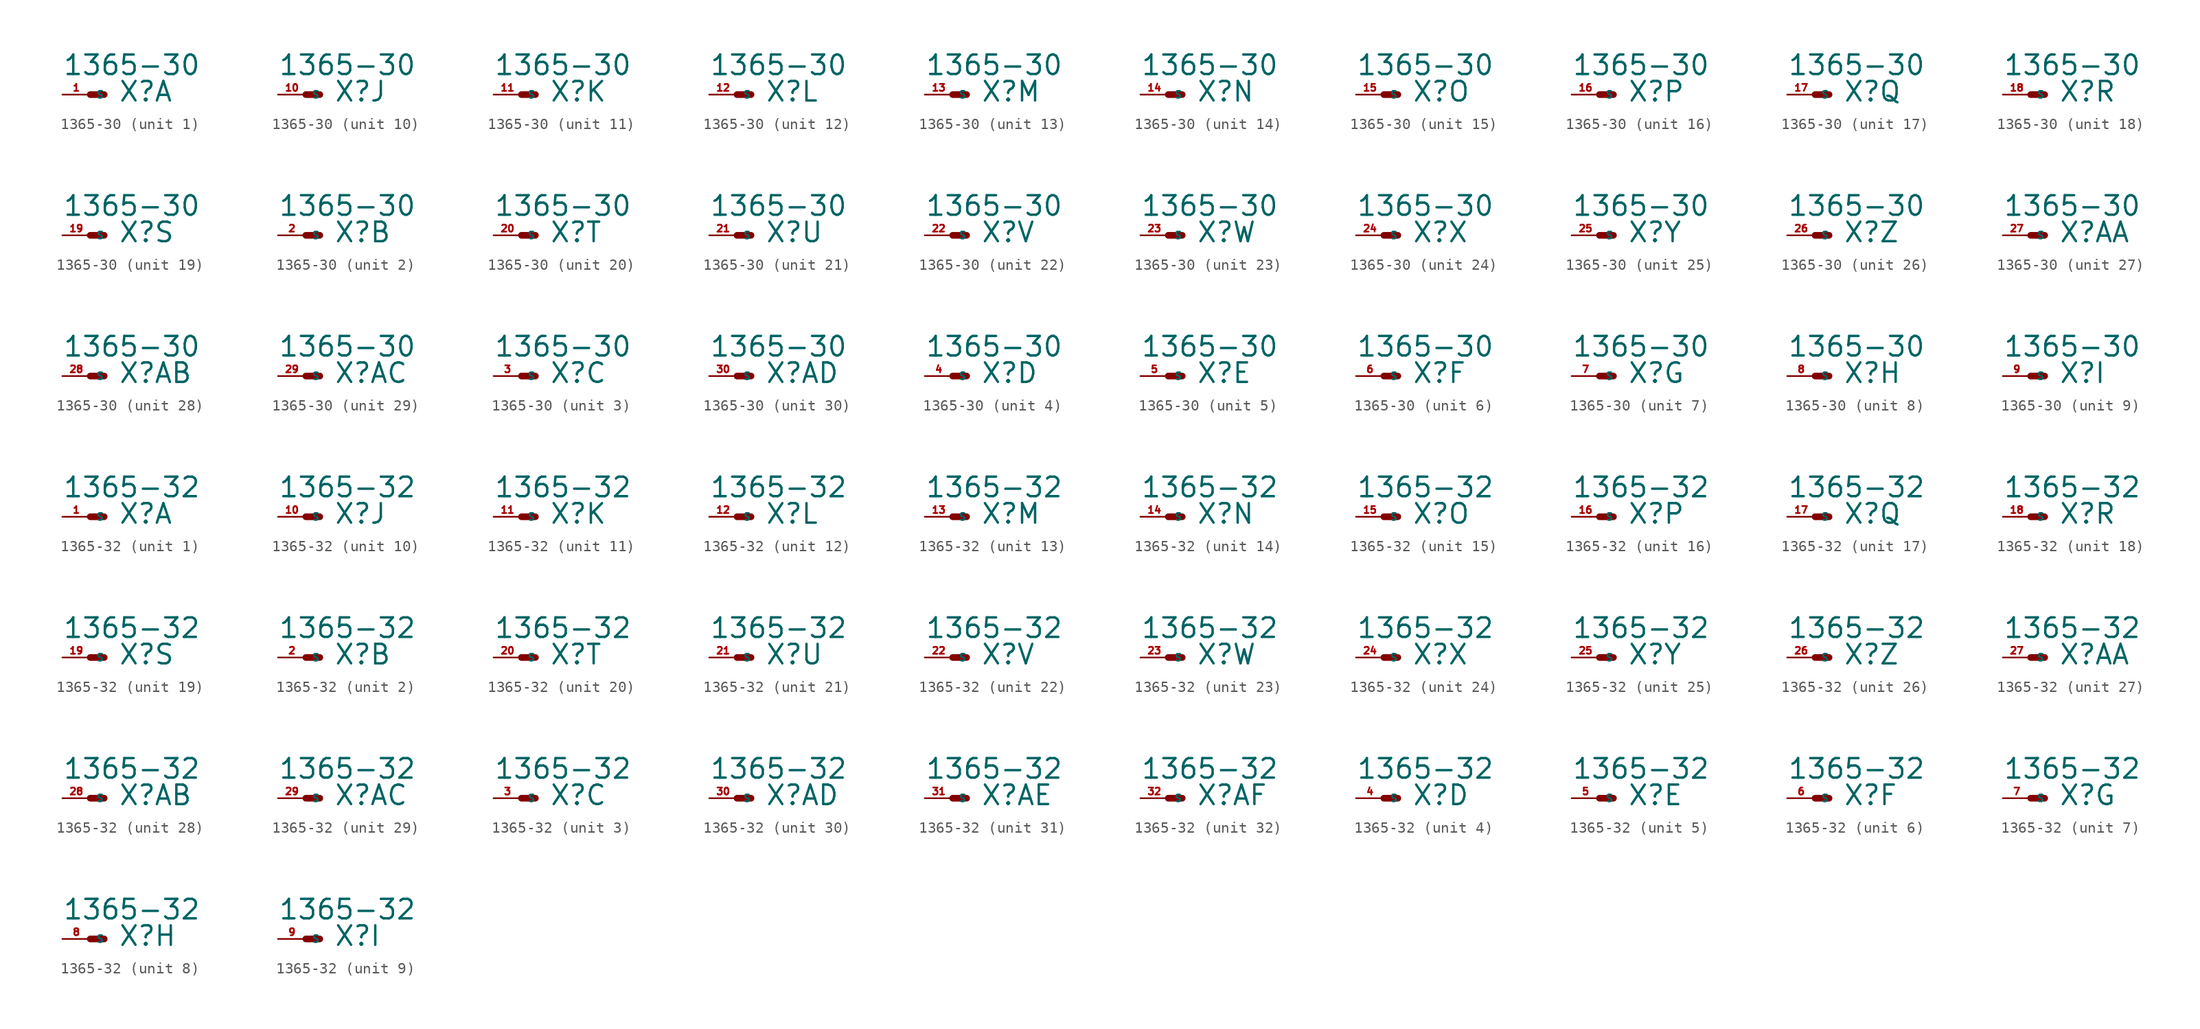
<source format=kicad_sym>
(kicad_symbol_lib
  (version 20220914)
  (generator Eagle2Kicad)
  (symbol "1365-30"
    (property "Reference" "X"
      (at 2.54 -0.762 0)
      (effects (font (size 1.778 1.778) (thickness 0.22)) (justify left bottom)))
    (property "Value" "1365-30"
      (at -2.54 1.651 0)
      (effects (font (size 1.778 1.778) (thickness 0.22)) (justify left bottom)))
    (symbol "1365-30_1_0"
      (polyline (pts (xy 0 0) (xy 1.27 0)) (stroke (width 0.61) (type default)) (fill (type none)))
      (pin passive line (at -2.54 0 0) (length 2.54) (name "S" (effects (font (size 0.635 0.635) (thickness 0.08)) (justify left bottom))) (number "1" (effects (font (size 0.635 0.635) (thickness 0.08)) (justify left bottom)))))
    (symbol "1365-30_2_0"
      (polyline (pts (xy 0 0) (xy 1.27 0)) (stroke (width 0.61) (type default)) (fill (type none)))
      (pin passive line (at -2.54 0 0) (length 2.54) (name "S" (effects (font (size 0.635 0.635) (thickness 0.08)) (justify left bottom))) (number "2" (effects (font (size 0.635 0.635) (thickness 0.08)) (justify left bottom)))))
    (symbol "1365-30_3_0"
      (polyline (pts (xy 0 0) (xy 1.27 0)) (stroke (width 0.61) (type default)) (fill (type none)))
      (pin passive line (at -2.54 0 0) (length 2.54) (name "S" (effects (font (size 0.635 0.635) (thickness 0.08)) (justify left bottom))) (number "3" (effects (font (size 0.635 0.635) (thickness 0.08)) (justify left bottom)))))
    (symbol "1365-30_4_0"
      (polyline (pts (xy 0 0) (xy 1.27 0)) (stroke (width 0.61) (type default)) (fill (type none)))
      (pin passive line (at -2.54 0 0) (length 2.54) (name "S" (effects (font (size 0.635 0.635) (thickness 0.08)) (justify left bottom))) (number "4" (effects (font (size 0.635 0.635) (thickness 0.08)) (justify left bottom)))))
    (symbol "1365-30_5_0"
      (polyline (pts (xy 0 0) (xy 1.27 0)) (stroke (width 0.61) (type default)) (fill (type none)))
      (pin passive line (at -2.54 0 0) (length 2.54) (name "S" (effects (font (size 0.635 0.635) (thickness 0.08)) (justify left bottom))) (number "5" (effects (font (size 0.635 0.635) (thickness 0.08)) (justify left bottom)))))
    (symbol "1365-30_6_0"
      (polyline (pts (xy 0 0) (xy 1.27 0)) (stroke (width 0.61) (type default)) (fill (type none)))
      (pin passive line (at -2.54 0 0) (length 2.54) (name "S" (effects (font (size 0.635 0.635) (thickness 0.08)) (justify left bottom))) (number "6" (effects (font (size 0.635 0.635) (thickness 0.08)) (justify left bottom)))))
    (symbol "1365-30_7_0"
      (polyline (pts (xy 0 0) (xy 1.27 0)) (stroke (width 0.61) (type default)) (fill (type none)))
      (pin passive line (at -2.54 0 0) (length 2.54) (name "S" (effects (font (size 0.635 0.635) (thickness 0.08)) (justify left bottom))) (number "7" (effects (font (size 0.635 0.635) (thickness 0.08)) (justify left bottom)))))
    (symbol "1365-30_8_0"
      (polyline (pts (xy 0 0) (xy 1.27 0)) (stroke (width 0.61) (type default)) (fill (type none)))
      (pin passive line (at -2.54 0 0) (length 2.54) (name "S" (effects (font (size 0.635 0.635) (thickness 0.08)) (justify left bottom))) (number "8" (effects (font (size 0.635 0.635) (thickness 0.08)) (justify left bottom)))))
    (symbol "1365-30_9_0"
      (polyline (pts (xy 0 0) (xy 1.27 0)) (stroke (width 0.61) (type default)) (fill (type none)))
      (pin passive line (at -2.54 0 0) (length 2.54) (name "S" (effects (font (size 0.635 0.635) (thickness 0.08)) (justify left bottom))) (number "9" (effects (font (size 0.635 0.635) (thickness 0.08)) (justify left bottom)))))
    (symbol "1365-30_10_0"
      (polyline (pts (xy 0 0) (xy 1.27 0)) (stroke (width 0.61) (type default)) (fill (type none)))
      (pin passive line (at -2.54 0 0) (length 2.54) (name "S" (effects (font (size 0.635 0.635) (thickness 0.08)) (justify left bottom))) (number "10" (effects (font (size 0.635 0.635) (thickness 0.08)) (justify left bottom)))))
    (symbol "1365-30_11_0"
      (polyline (pts (xy 0 0) (xy 1.27 0)) (stroke (width 0.61) (type default)) (fill (type none)))
      (pin passive line (at -2.54 0 0) (length 2.54) (name "S" (effects (font (size 0.635 0.635) (thickness 0.08)) (justify left bottom))) (number "11" (effects (font (size 0.635 0.635) (thickness 0.08)) (justify left bottom)))))
    (symbol "1365-30_12_0"
      (polyline (pts (xy 0 0) (xy 1.27 0)) (stroke (width 0.61) (type default)) (fill (type none)))
      (pin passive line (at -2.54 0 0) (length 2.54) (name "S" (effects (font (size 0.635 0.635) (thickness 0.08)) (justify left bottom))) (number "12" (effects (font (size 0.635 0.635) (thickness 0.08)) (justify left bottom)))))
    (symbol "1365-30_13_0"
      (polyline (pts (xy 0 0) (xy 1.27 0)) (stroke (width 0.61) (type default)) (fill (type none)))
      (pin passive line (at -2.54 0 0) (length 2.54) (name "S" (effects (font (size 0.635 0.635) (thickness 0.08)) (justify left bottom))) (number "13" (effects (font (size 0.635 0.635) (thickness 0.08)) (justify left bottom)))))
    (symbol "1365-30_14_0"
      (polyline (pts (xy 0 0) (xy 1.27 0)) (stroke (width 0.61) (type default)) (fill (type none)))
      (pin passive line (at -2.54 0 0) (length 2.54) (name "S" (effects (font (size 0.635 0.635) (thickness 0.08)) (justify left bottom))) (number "14" (effects (font (size 0.635 0.635) (thickness 0.08)) (justify left bottom)))))
    (symbol "1365-30_15_0"
      (polyline (pts (xy 0 0) (xy 1.27 0)) (stroke (width 0.61) (type default)) (fill (type none)))
      (pin passive line (at -2.54 0 0) (length 2.54) (name "S" (effects (font (size 0.635 0.635) (thickness 0.08)) (justify left bottom))) (number "15" (effects (font (size 0.635 0.635) (thickness 0.08)) (justify left bottom)))))
    (symbol "1365-30_16_0"
      (polyline (pts (xy 0 0) (xy 1.27 0)) (stroke (width 0.61) (type default)) (fill (type none)))
      (pin passive line (at -2.54 0 0) (length 2.54) (name "S" (effects (font (size 0.635 0.635) (thickness 0.08)) (justify left bottom))) (number "16" (effects (font (size 0.635 0.635) (thickness 0.08)) (justify left bottom)))))
    (symbol "1365-30_17_0"
      (polyline (pts (xy 0 0) (xy 1.27 0)) (stroke (width 0.61) (type default)) (fill (type none)))
      (pin passive line (at -2.54 0 0) (length 2.54) (name "S" (effects (font (size 0.635 0.635) (thickness 0.08)) (justify left bottom))) (number "17" (effects (font (size 0.635 0.635) (thickness 0.08)) (justify left bottom)))))
    (symbol "1365-30_18_0"
      (polyline (pts (xy 0 0) (xy 1.27 0)) (stroke (width 0.61) (type default)) (fill (type none)))
      (pin passive line (at -2.54 0 0) (length 2.54) (name "S" (effects (font (size 0.635 0.635) (thickness 0.08)) (justify left bottom))) (number "18" (effects (font (size 0.635 0.635) (thickness 0.08)) (justify left bottom)))))
    (symbol "1365-30_19_0"
      (polyline (pts (xy 0 0) (xy 1.27 0)) (stroke (width 0.61) (type default)) (fill (type none)))
      (pin passive line (at -2.54 0 0) (length 2.54) (name "S" (effects (font (size 0.635 0.635) (thickness 0.08)) (justify left bottom))) (number "19" (effects (font (size 0.635 0.635) (thickness 0.08)) (justify left bottom)))))
    (symbol "1365-30_20_0"
      (polyline (pts (xy 0 0) (xy 1.27 0)) (stroke (width 0.61) (type default)) (fill (type none)))
      (pin passive line (at -2.54 0 0) (length 2.54) (name "S" (effects (font (size 0.635 0.635) (thickness 0.08)) (justify left bottom))) (number "20" (effects (font (size 0.635 0.635) (thickness 0.08)) (justify left bottom)))))
    (symbol "1365-30_21_0"
      (polyline (pts (xy 0 0) (xy 1.27 0)) (stroke (width 0.61) (type default)) (fill (type none)))
      (pin passive line (at -2.54 0 0) (length 2.54) (name "S" (effects (font (size 0.635 0.635) (thickness 0.08)) (justify left bottom))) (number "21" (effects (font (size 0.635 0.635) (thickness 0.08)) (justify left bottom)))))
    (symbol "1365-30_22_0"
      (polyline (pts (xy 0 0) (xy 1.27 0)) (stroke (width 0.61) (type default)) (fill (type none)))
      (pin passive line (at -2.54 0 0) (length 2.54) (name "S" (effects (font (size 0.635 0.635) (thickness 0.08)) (justify left bottom))) (number "22" (effects (font (size 0.635 0.635) (thickness 0.08)) (justify left bottom)))))
    (symbol "1365-30_23_0"
      (polyline (pts (xy 0 0) (xy 1.27 0)) (stroke (width 0.61) (type default)) (fill (type none)))
      (pin passive line (at -2.54 0 0) (length 2.54) (name "S" (effects (font (size 0.635 0.635) (thickness 0.08)) (justify left bottom))) (number "23" (effects (font (size 0.635 0.635) (thickness 0.08)) (justify left bottom)))))
    (symbol "1365-30_24_0"
      (polyline (pts (xy 0 0) (xy 1.27 0)) (stroke (width 0.61) (type default)) (fill (type none)))
      (pin passive line (at -2.54 0 0) (length 2.54) (name "S" (effects (font (size 0.635 0.635) (thickness 0.08)) (justify left bottom))) (number "24" (effects (font (size 0.635 0.635) (thickness 0.08)) (justify left bottom)))))
    (symbol "1365-30_25_0"
      (polyline (pts (xy 0 0) (xy 1.27 0)) (stroke (width 0.61) (type default)) (fill (type none)))
      (pin passive line (at -2.54 0 0) (length 2.54) (name "S" (effects (font (size 0.635 0.635) (thickness 0.08)) (justify left bottom))) (number "25" (effects (font (size 0.635 0.635) (thickness 0.08)) (justify left bottom)))))
    (symbol "1365-30_26_0"
      (polyline (pts (xy 0 0) (xy 1.27 0)) (stroke (width 0.61) (type default)) (fill (type none)))
      (pin passive line (at -2.54 0 0) (length 2.54) (name "S" (effects (font (size 0.635 0.635) (thickness 0.08)) (justify left bottom))) (number "26" (effects (font (size 0.635 0.635) (thickness 0.08)) (justify left bottom)))))
    (symbol "1365-30_27_0"
      (polyline (pts (xy 0 0) (xy 1.27 0)) (stroke (width 0.61) (type default)) (fill (type none)))
      (pin passive line (at -2.54 0 0) (length 2.54) (name "S" (effects (font (size 0.635 0.635) (thickness 0.08)) (justify left bottom))) (number "27" (effects (font (size 0.635 0.635) (thickness 0.08)) (justify left bottom)))))
    (symbol "1365-30_28_0"
      (polyline (pts (xy 0 0) (xy 1.27 0)) (stroke (width 0.61) (type default)) (fill (type none)))
      (pin passive line (at -2.54 0 0) (length 2.54) (name "S" (effects (font (size 0.635 0.635) (thickness 0.08)) (justify left bottom))) (number "28" (effects (font (size 0.635 0.635) (thickness 0.08)) (justify left bottom)))))
    (symbol "1365-30_29_0"
      (polyline (pts (xy 0 0) (xy 1.27 0)) (stroke (width 0.61) (type default)) (fill (type none)))
      (pin passive line (at -2.54 0 0) (length 2.54) (name "S" (effects (font (size 0.635 0.635) (thickness 0.08)) (justify left bottom))) (number "29" (effects (font (size 0.635 0.635) (thickness 0.08)) (justify left bottom)))))
    (symbol "1365-30_30_0"
      (polyline (pts (xy 0 0) (xy 1.27 0)) (stroke (width 0.61) (type default)) (fill (type none)))
      (pin passive line (at -2.54 0 0) (length 2.54) (name "S" (effects (font (size 0.635 0.635) (thickness 0.08)) (justify left bottom))) (number "30" (effects (font (size 0.635 0.635) (thickness 0.08)) (justify left bottom))))))
  (symbol "1365-32"
    (property "Reference" "X"
      (at 2.54 -0.762 0)
      (effects (font (size 1.778 1.778) (thickness 0.22)) (justify left bottom)))
    (property "Value" "1365-32"
      (at -2.54 1.651 0)
      (effects (font (size 1.778 1.778) (thickness 0.22)) (justify left bottom)))
    (symbol "1365-32_1_0"
      (polyline (pts (xy 0 0) (xy 1.27 0)) (stroke (width 0.61) (type default)) (fill (type none)))
      (pin passive line (at -2.54 0 0) (length 2.54) (name "S" (effects (font (size 0.635 0.635) (thickness 0.08)) (justify left bottom))) (number "1" (effects (font (size 0.635 0.635) (thickness 0.08)) (justify left bottom)))))
    (symbol "1365-32_2_0"
      (polyline (pts (xy 0 0) (xy 1.27 0)) (stroke (width 0.61) (type default)) (fill (type none)))
      (pin passive line (at -2.54 0 0) (length 2.54) (name "S" (effects (font (size 0.635 0.635) (thickness 0.08)) (justify left bottom))) (number "2" (effects (font (size 0.635 0.635) (thickness 0.08)) (justify left bottom)))))
    (symbol "1365-32_3_0"
      (polyline (pts (xy 0 0) (xy 1.27 0)) (stroke (width 0.61) (type default)) (fill (type none)))
      (pin passive line (at -2.54 0 0) (length 2.54) (name "S" (effects (font (size 0.635 0.635) (thickness 0.08)) (justify left bottom))) (number "3" (effects (font (size 0.635 0.635) (thickness 0.08)) (justify left bottom)))))
    (symbol "1365-32_4_0"
      (polyline (pts (xy 0 0) (xy 1.27 0)) (stroke (width 0.61) (type default)) (fill (type none)))
      (pin passive line (at -2.54 0 0) (length 2.54) (name "S" (effects (font (size 0.635 0.635) (thickness 0.08)) (justify left bottom))) (number "4" (effects (font (size 0.635 0.635) (thickness 0.08)) (justify left bottom)))))
    (symbol "1365-32_5_0"
      (polyline (pts (xy 0 0) (xy 1.27 0)) (stroke (width 0.61) (type default)) (fill (type none)))
      (pin passive line (at -2.54 0 0) (length 2.54) (name "S" (effects (font (size 0.635 0.635) (thickness 0.08)) (justify left bottom))) (number "5" (effects (font (size 0.635 0.635) (thickness 0.08)) (justify left bottom)))))
    (symbol "1365-32_6_0"
      (polyline (pts (xy 0 0) (xy 1.27 0)) (stroke (width 0.61) (type default)) (fill (type none)))
      (pin passive line (at -2.54 0 0) (length 2.54) (name "S" (effects (font (size 0.635 0.635) (thickness 0.08)) (justify left bottom))) (number "6" (effects (font (size 0.635 0.635) (thickness 0.08)) (justify left bottom)))))
    (symbol "1365-32_7_0"
      (polyline (pts (xy 0 0) (xy 1.27 0)) (stroke (width 0.61) (type default)) (fill (type none)))
      (pin passive line (at -2.54 0 0) (length 2.54) (name "S" (effects (font (size 0.635 0.635) (thickness 0.08)) (justify left bottom))) (number "7" (effects (font (size 0.635 0.635) (thickness 0.08)) (justify left bottom)))))
    (symbol "1365-32_8_0"
      (polyline (pts (xy 0 0) (xy 1.27 0)) (stroke (width 0.61) (type default)) (fill (type none)))
      (pin passive line (at -2.54 0 0) (length 2.54) (name "S" (effects (font (size 0.635 0.635) (thickness 0.08)) (justify left bottom))) (number "8" (effects (font (size 0.635 0.635) (thickness 0.08)) (justify left bottom)))))
    (symbol "1365-32_9_0"
      (polyline (pts (xy 0 0) (xy 1.27 0)) (stroke (width 0.61) (type default)) (fill (type none)))
      (pin passive line (at -2.54 0 0) (length 2.54) (name "S" (effects (font (size 0.635 0.635) (thickness 0.08)) (justify left bottom))) (number "9" (effects (font (size 0.635 0.635) (thickness 0.08)) (justify left bottom)))))
    (symbol "1365-32_10_0"
      (polyline (pts (xy 0 0) (xy 1.27 0)) (stroke (width 0.61) (type default)) (fill (type none)))
      (pin passive line (at -2.54 0 0) (length 2.54) (name "S" (effects (font (size 0.635 0.635) (thickness 0.08)) (justify left bottom))) (number "10" (effects (font (size 0.635 0.635) (thickness 0.08)) (justify left bottom)))))
    (symbol "1365-32_11_0"
      (polyline (pts (xy 0 0) (xy 1.27 0)) (stroke (width 0.61) (type default)) (fill (type none)))
      (pin passive line (at -2.54 0 0) (length 2.54) (name "S" (effects (font (size 0.635 0.635) (thickness 0.08)) (justify left bottom))) (number "11" (effects (font (size 0.635 0.635) (thickness 0.08)) (justify left bottom)))))
    (symbol "1365-32_12_0"
      (polyline (pts (xy 0 0) (xy 1.27 0)) (stroke (width 0.61) (type default)) (fill (type none)))
      (pin passive line (at -2.54 0 0) (length 2.54) (name "S" (effects (font (size 0.635 0.635) (thickness 0.08)) (justify left bottom))) (number "12" (effects (font (size 0.635 0.635) (thickness 0.08)) (justify left bottom)))))
    (symbol "1365-32_13_0"
      (polyline (pts (xy 0 0) (xy 1.27 0)) (stroke (width 0.61) (type default)) (fill (type none)))
      (pin passive line (at -2.54 0 0) (length 2.54) (name "S" (effects (font (size 0.635 0.635) (thickness 0.08)) (justify left bottom))) (number "13" (effects (font (size 0.635 0.635) (thickness 0.08)) (justify left bottom)))))
    (symbol "1365-32_14_0"
      (polyline (pts (xy 0 0) (xy 1.27 0)) (stroke (width 0.61) (type default)) (fill (type none)))
      (pin passive line (at -2.54 0 0) (length 2.54) (name "S" (effects (font (size 0.635 0.635) (thickness 0.08)) (justify left bottom))) (number "14" (effects (font (size 0.635 0.635) (thickness 0.08)) (justify left bottom)))))
    (symbol "1365-32_15_0"
      (polyline (pts (xy 0 0) (xy 1.27 0)) (stroke (width 0.61) (type default)) (fill (type none)))
      (pin passive line (at -2.54 0 0) (length 2.54) (name "S" (effects (font (size 0.635 0.635) (thickness 0.08)) (justify left bottom))) (number "15" (effects (font (size 0.635 0.635) (thickness 0.08)) (justify left bottom)))))
    (symbol "1365-32_16_0"
      (polyline (pts (xy 0 0) (xy 1.27 0)) (stroke (width 0.61) (type default)) (fill (type none)))
      (pin passive line (at -2.54 0 0) (length 2.54) (name "S" (effects (font (size 0.635 0.635) (thickness 0.08)) (justify left bottom))) (number "16" (effects (font (size 0.635 0.635) (thickness 0.08)) (justify left bottom)))))
    (symbol "1365-32_17_0"
      (polyline (pts (xy 0 0) (xy 1.27 0)) (stroke (width 0.61) (type default)) (fill (type none)))
      (pin passive line (at -2.54 0 0) (length 2.54) (name "S" (effects (font (size 0.635 0.635) (thickness 0.08)) (justify left bottom))) (number "17" (effects (font (size 0.635 0.635) (thickness 0.08)) (justify left bottom)))))
    (symbol "1365-32_18_0"
      (polyline (pts (xy 0 0) (xy 1.27 0)) (stroke (width 0.61) (type default)) (fill (type none)))
      (pin passive line (at -2.54 0 0) (length 2.54) (name "S" (effects (font (size 0.635 0.635) (thickness 0.08)) (justify left bottom))) (number "18" (effects (font (size 0.635 0.635) (thickness 0.08)) (justify left bottom)))))
    (symbol "1365-32_19_0"
      (polyline (pts (xy 0 0) (xy 1.27 0)) (stroke (width 0.61) (type default)) (fill (type none)))
      (pin passive line (at -2.54 0 0) (length 2.54) (name "S" (effects (font (size 0.635 0.635) (thickness 0.08)) (justify left bottom))) (number "19" (effects (font (size 0.635 0.635) (thickness 0.08)) (justify left bottom)))))
    (symbol "1365-32_20_0"
      (polyline (pts (xy 0 0) (xy 1.27 0)) (stroke (width 0.61) (type default)) (fill (type none)))
      (pin passive line (at -2.54 0 0) (length 2.54) (name "S" (effects (font (size 0.635 0.635) (thickness 0.08)) (justify left bottom))) (number "20" (effects (font (size 0.635 0.635) (thickness 0.08)) (justify left bottom)))))
    (symbol "1365-32_21_0"
      (polyline (pts (xy 0 0) (xy 1.27 0)) (stroke (width 0.61) (type default)) (fill (type none)))
      (pin passive line (at -2.54 0 0) (length 2.54) (name "S" (effects (font (size 0.635 0.635) (thickness 0.08)) (justify left bottom))) (number "21" (effects (font (size 0.635 0.635) (thickness 0.08)) (justify left bottom)))))
    (symbol "1365-32_22_0"
      (polyline (pts (xy 0 0) (xy 1.27 0)) (stroke (width 0.61) (type default)) (fill (type none)))
      (pin passive line (at -2.54 0 0) (length 2.54) (name "S" (effects (font (size 0.635 0.635) (thickness 0.08)) (justify left bottom))) (number "22" (effects (font (size 0.635 0.635) (thickness 0.08)) (justify left bottom)))))
    (symbol "1365-32_23_0"
      (polyline (pts (xy 0 0) (xy 1.27 0)) (stroke (width 0.61) (type default)) (fill (type none)))
      (pin passive line (at -2.54 0 0) (length 2.54) (name "S" (effects (font (size 0.635 0.635) (thickness 0.08)) (justify left bottom))) (number "23" (effects (font (size 0.635 0.635) (thickness 0.08)) (justify left bottom)))))
    (symbol "1365-32_24_0"
      (polyline (pts (xy 0 0) (xy 1.27 0)) (stroke (width 0.61) (type default)) (fill (type none)))
      (pin passive line (at -2.54 0 0) (length 2.54) (name "S" (effects (font (size 0.635 0.635) (thickness 0.08)) (justify left bottom))) (number "24" (effects (font (size 0.635 0.635) (thickness 0.08)) (justify left bottom)))))
    (symbol "1365-32_25_0"
      (polyline (pts (xy 0 0) (xy 1.27 0)) (stroke (width 0.61) (type default)) (fill (type none)))
      (pin passive line (at -2.54 0 0) (length 2.54) (name "S" (effects (font (size 0.635 0.635) (thickness 0.08)) (justify left bottom))) (number "25" (effects (font (size 0.635 0.635) (thickness 0.08)) (justify left bottom)))))
    (symbol "1365-32_26_0"
      (polyline (pts (xy 0 0) (xy 1.27 0)) (stroke (width 0.61) (type default)) (fill (type none)))
      (pin passive line (at -2.54 0 0) (length 2.54) (name "S" (effects (font (size 0.635 0.635) (thickness 0.08)) (justify left bottom))) (number "26" (effects (font (size 0.635 0.635) (thickness 0.08)) (justify left bottom)))))
    (symbol "1365-32_27_0"
      (polyline (pts (xy 0 0) (xy 1.27 0)) (stroke (width 0.61) (type default)) (fill (type none)))
      (pin passive line (at -2.54 0 0) (length 2.54) (name "S" (effects (font (size 0.635 0.635) (thickness 0.08)) (justify left bottom))) (number "27" (effects (font (size 0.635 0.635) (thickness 0.08)) (justify left bottom)))))
    (symbol "1365-32_28_0"
      (polyline (pts (xy 0 0) (xy 1.27 0)) (stroke (width 0.61) (type default)) (fill (type none)))
      (pin passive line (at -2.54 0 0) (length 2.54) (name "S" (effects (font (size 0.635 0.635) (thickness 0.08)) (justify left bottom))) (number "28" (effects (font (size 0.635 0.635) (thickness 0.08)) (justify left bottom)))))
    (symbol "1365-32_29_0"
      (polyline (pts (xy 0 0) (xy 1.27 0)) (stroke (width 0.61) (type default)) (fill (type none)))
      (pin passive line (at -2.54 0 0) (length 2.54) (name "S" (effects (font (size 0.635 0.635) (thickness 0.08)) (justify left bottom))) (number "29" (effects (font (size 0.635 0.635) (thickness 0.08)) (justify left bottom)))))
    (symbol "1365-32_30_0"
      (polyline (pts (xy 0 0) (xy 1.27 0)) (stroke (width 0.61) (type default)) (fill (type none)))
      (pin passive line (at -2.54 0 0) (length 2.54) (name "S" (effects (font (size 0.635 0.635) (thickness 0.08)) (justify left bottom))) (number "30" (effects (font (size 0.635 0.635) (thickness 0.08)) (justify left bottom)))))
    (symbol "1365-32_31_0"
      (polyline (pts (xy 0 0) (xy 1.27 0)) (stroke (width 0.61) (type default)) (fill (type none)))
      (pin passive line (at -2.54 0 0) (length 2.54) (name "S" (effects (font (size 0.635 0.635) (thickness 0.08)) (justify left bottom))) (number "31" (effects (font (size 0.635 0.635) (thickness 0.08)) (justify left bottom)))))
    (symbol "1365-32_32_0"
      (polyline (pts (xy 0 0) (xy 1.27 0)) (stroke (width 0.61) (type default)) (fill (type none)))
      (pin passive line (at -2.54 0 0) (length 2.54) (name "S" (effects (font (size 0.635 0.635) (thickness 0.08)) (justify left bottom))) (number "32" (effects (font (size 0.635 0.635) (thickness 0.08)) (justify left bottom)))))))
</source>
